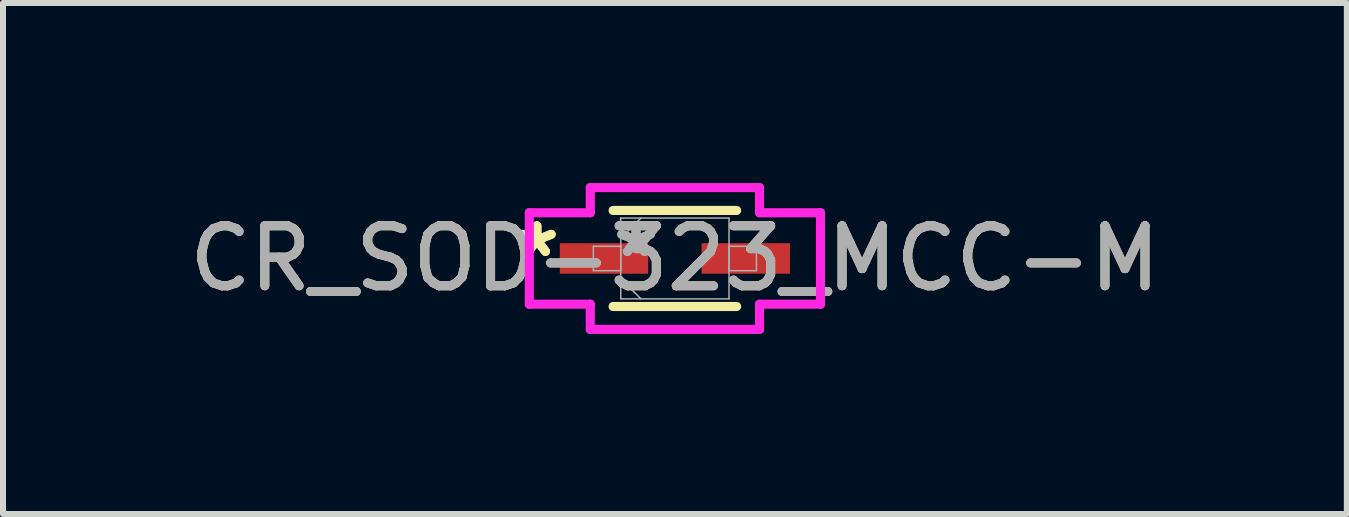
<source format=kicad_pcb>
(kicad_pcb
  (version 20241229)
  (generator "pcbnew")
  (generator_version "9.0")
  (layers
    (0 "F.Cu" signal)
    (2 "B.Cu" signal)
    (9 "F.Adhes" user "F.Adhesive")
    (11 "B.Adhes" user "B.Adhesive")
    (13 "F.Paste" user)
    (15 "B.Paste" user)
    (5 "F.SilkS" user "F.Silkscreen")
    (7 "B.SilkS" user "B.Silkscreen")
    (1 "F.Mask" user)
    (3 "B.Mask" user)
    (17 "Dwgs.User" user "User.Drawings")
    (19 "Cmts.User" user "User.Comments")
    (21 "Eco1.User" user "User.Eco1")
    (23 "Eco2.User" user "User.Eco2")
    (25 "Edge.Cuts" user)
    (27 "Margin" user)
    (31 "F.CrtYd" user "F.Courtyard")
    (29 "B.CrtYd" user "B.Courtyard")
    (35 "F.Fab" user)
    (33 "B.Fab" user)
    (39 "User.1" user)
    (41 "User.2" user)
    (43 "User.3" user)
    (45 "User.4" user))
  (footprint "CR_SOD-323_MCC-M"
    (layer "F.Cu")
    (at 8.196 1.257)
    (property "Reference" "CR_SOD-323_MCC-M" (at 0 0 0) (unlocked yes) (layer "F.SilkS") (effects (font (size 1 1) (thickness 0.15))))
    (attr smd)
    (fp_line (start -1.029 0.8) (end 1.029 0.8) (stroke (width 0.152) (type solid)) (layer "F.SilkS"))
    (fp_line (start 1.029 -0.8) (end -1.029 -0.8) (stroke (width 0.152) (type solid)) (layer "F.SilkS"))
    (fp_line (start -2.426 -0.762) (end -1.41 -0.762) (stroke (width 0.152) (type solid)) (layer "F.CrtYd"))
    (fp_line (start -2.426 0.762) (end -2.426 -0.762) (stroke (width 0.152) (type solid)) (layer "F.CrtYd"))
    (fp_line (start -1.41 -1.181) (end 1.41 -1.181) (stroke (width 0.152) (type solid)) (layer "F.CrtYd"))
    (fp_line (start -1.41 -0.762) (end -1.41 -1.181) (stroke (width 0.152) (type solid)) (layer "F.CrtYd"))
    (fp_line (start -1.41 0.762) (end -2.426 0.762) (stroke (width 0.152) (type solid)) (layer "F.CrtYd"))
    (fp_line (start -1.41 1.181) (end -1.41 0.762) (stroke (width 0.152) (type solid)) (layer "F.CrtYd"))
    (fp_line (start 1.41 -1.181) (end 1.41 -0.762) (stroke (width 0.152) (type solid)) (layer "F.CrtYd"))
    (fp_line (start 1.41 -0.762) (end 2.426 -0.762) (stroke (width 0.152) (type solid)) (layer "F.CrtYd"))
    (fp_line (start 1.41 0.762) (end 1.41 1.181) (stroke (width 0.152) (type solid)) (layer "F.CrtYd"))
    (fp_line (start 1.41 1.181) (end -1.41 1.181) (stroke (width 0.152) (type solid)) (layer "F.CrtYd"))
    (fp_line (start 2.426 -0.762) (end 2.426 0.762) (stroke (width 0.152) (type solid)) (layer "F.CrtYd"))
    (fp_line (start 2.426 0.762) (end 1.41 0.762) (stroke (width 0.152) (type solid)) (layer "F.CrtYd"))
    (fp_line (start -1.359 -0.203) (end -1.359 0.203) (stroke (width 0.025) (type solid)) (layer "F.Fab"))
    (fp_line (start -1.359 0.203) (end -0.902 0.203) (stroke (width 0.025) (type solid)) (layer "F.Fab"))
    (fp_line (start -0.902 -0.673) (end -0.902 0.673) (stroke (width 0.025) (type solid)) (layer "F.Fab"))
    (fp_line (start -0.902 -0.337) (end -0.565 -0.673) (stroke (width 0.025) (type solid)) (layer "F.Fab"))
    (fp_line (start -0.902 -0.203) (end -1.359 -0.203) (stroke (width 0.025) (type solid)) (layer "F.Fab"))
    (fp_line (start -0.902 0.203) (end -0.902 -0.203) (stroke (width 0.025) (type solid)) (layer "F.Fab"))
    (fp_line (start -0.902 0.337) (end -0.565 0.673) (stroke (width 0.025) (type solid)) (layer "F.Fab"))
    (fp_line (start -0.902 0.673) (end 0.902 0.673) (stroke (width 0.025) (type solid)) (layer "F.Fab"))
    (fp_line (start 0.902 -0.673) (end -0.902 -0.673) (stroke (width 0.025) (type solid)) (layer "F.Fab"))
    (fp_line (start 0.902 -0.203) (end 0.902 0.203) (stroke (width 0.025) (type solid)) (layer "F.Fab"))
    (fp_line (start 0.902 0.203) (end 1.359 0.203) (stroke (width 0.025) (type solid)) (layer "F.Fab"))
    (fp_line (start 0.902 0.673) (end 0.902 -0.673) (stroke (width 0.025) (type solid)) (layer "F.Fab"))
    (fp_line (start 1.359 -0.203) (end 0.902 -0.203) (stroke (width 0.025) (type solid)) (layer "F.Fab"))
    (fp_line (start 1.359 0.203) (end 1.359 -0.203) (stroke (width 0.025) (type solid)) (layer "F.Fab"))
    (fp_text user "*" (at -2.299 0 0) (layer "F.SilkS") (effects (font (size 1 1) (thickness 0.15))))
    (fp_text user "*" (at -2.299 0 0) (unlocked yes) (layer "F.SilkS") (effects (font (size 1 1) (thickness 0.15))))
    (fp_text user "*" (at -0.648 0 0) (unlocked yes) (layer "F.Fab") (effects (font (size 1 1) (thickness 0.15))))
    (fp_text user "*" (at -0.648 0 0) (layer "F.Fab") (effects (font (size 1 1) (thickness 0.15))))
    (fp_text user "${REFERENCE}" (at 0 0 0) (unlocked yes) (layer "F.Fab") (effects (font (size 1 1) (thickness 0.15))))
    (pad "1" smd rect (at -1.181 0) (size 1.473 0.508) (layers "F.Cu" "F.Mask" "F.Paste"))
    (pad "2" smd rect (at 1.181 0) (size 1.473 0.508) (layers "F.Cu" "F.Mask" "F.Paste")))
  (gr_rect
    (start -3 -3)
    (end 19.393 5.515)
    (stroke (width 0.1) (type default))
    (fill no)
    (layer "Edge.Cuts")))
</source>
